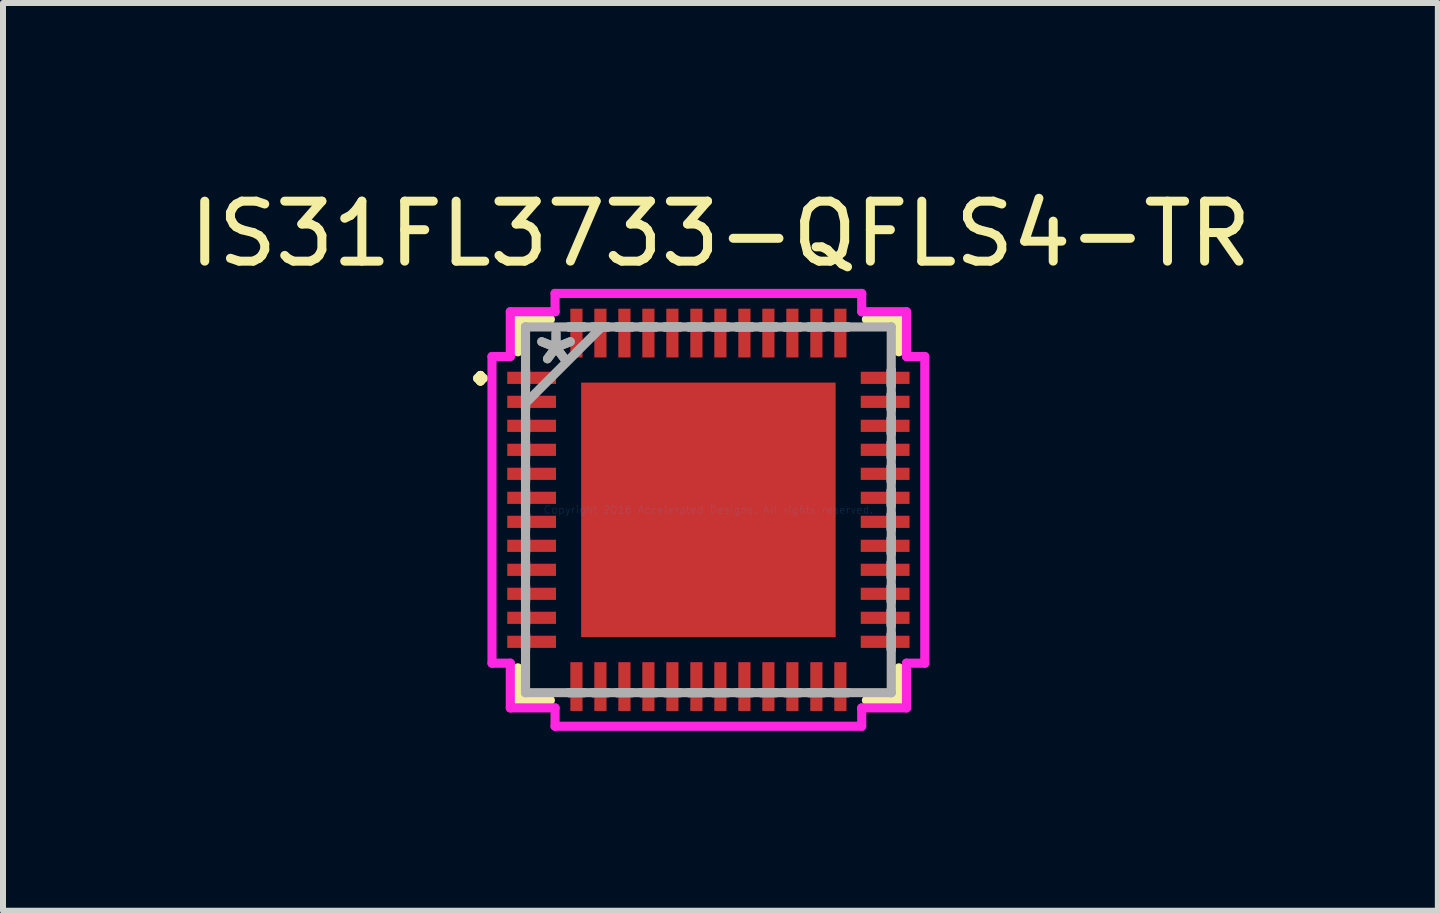
<source format=kicad_pcb>
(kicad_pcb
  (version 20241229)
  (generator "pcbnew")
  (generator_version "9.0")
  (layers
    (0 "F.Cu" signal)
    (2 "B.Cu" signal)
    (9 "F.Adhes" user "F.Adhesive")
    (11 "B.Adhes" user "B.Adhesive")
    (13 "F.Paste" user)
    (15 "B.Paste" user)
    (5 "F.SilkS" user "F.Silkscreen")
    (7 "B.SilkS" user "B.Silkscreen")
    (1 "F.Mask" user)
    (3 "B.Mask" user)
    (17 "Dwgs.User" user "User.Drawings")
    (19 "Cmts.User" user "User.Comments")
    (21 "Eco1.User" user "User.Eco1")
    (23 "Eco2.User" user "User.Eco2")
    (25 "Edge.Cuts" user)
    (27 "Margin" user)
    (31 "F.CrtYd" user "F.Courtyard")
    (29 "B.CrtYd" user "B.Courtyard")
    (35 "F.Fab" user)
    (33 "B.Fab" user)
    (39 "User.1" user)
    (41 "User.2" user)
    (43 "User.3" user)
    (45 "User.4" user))
  (footprint "IS31FL3733-QFLS4-TR"
    (layer "F.Cu")
    (at 8.758 5.448)
    (property "Reference" "IS31FL3733-QFLS4-TR" (at 0.2 -4.6 0) (layer "F.SilkS") (effects (font (size 1 1) (thickness 0.15))))
    (attr through_hole)
    (fp_line (start -3.175 -3.175) (end -3.175 -2.634) (stroke (width 0.152) (type solid)) (layer "F.SilkS"))
    (fp_line (start -3.175 2.634) (end -3.175 3.175) (stroke (width 0.152) (type solid)) (layer "F.SilkS"))
    (fp_line (start -3.175 3.175) (end -2.634 3.175) (stroke (width 0.152) (type solid)) (layer "F.SilkS"))
    (fp_line (start -2.634 -3.175) (end -3.175 -3.175) (stroke (width 0.152) (type solid)) (layer "F.SilkS"))
    (fp_line (start 2.634 3.175) (end 3.175 3.175) (stroke (width 0.152) (type solid)) (layer "F.SilkS"))
    (fp_line (start 3.175 -3.175) (end 2.634 -3.175) (stroke (width 0.152) (type solid)) (layer "F.SilkS"))
    (fp_line (start 3.175 -2.634) (end 3.175 -3.175) (stroke (width 0.152) (type solid)) (layer "F.SilkS"))
    (fp_line (start 3.175 3.175) (end 3.175 2.634) (stroke (width 0.152) (type solid)) (layer "F.SilkS"))
    (fp_line (start -2.021 -2.021) (end -2.021 -0.807) (stroke (width 0.152) (type solid)) (layer "F.Paste"))
    (fp_line (start -2.021 -0.807) (end -0.807 -0.807) (stroke (width 0.152) (type solid)) (layer "F.Paste"))
    (fp_line (start -2.021 -0.607) (end -2.021 0.607) (stroke (width 0.152) (type solid)) (layer "F.Paste"))
    (fp_line (start -2.021 0.607) (end -0.807 0.607) (stroke (width 0.152) (type solid)) (layer "F.Paste"))
    (fp_line (start -2.021 0.807) (end -2.021 2.021) (stroke (width 0.152) (type solid)) (layer "F.Paste"))
    (fp_line (start -2.021 2.021) (end -0.807 2.021) (stroke (width 0.152) (type solid)) (layer "F.Paste"))
    (fp_line (start -0.807 -2.021) (end -2.021 -2.021) (stroke (width 0.152) (type solid)) (layer "F.Paste"))
    (fp_line (start -0.807 -0.807) (end -0.807 -2.021) (stroke (width 0.152) (type solid)) (layer "F.Paste"))
    (fp_line (start -0.807 -0.607) (end -2.021 -0.607) (stroke (width 0.152) (type solid)) (layer "F.Paste"))
    (fp_line (start -0.807 0.607) (end -0.807 -0.607) (stroke (width 0.152) (type solid)) (layer "F.Paste"))
    (fp_line (start -0.807 0.807) (end -2.021 0.807) (stroke (width 0.152) (type solid)) (layer "F.Paste"))
    (fp_line (start -0.807 2.021) (end -0.807 0.807) (stroke (width 0.152) (type solid)) (layer "F.Paste"))
    (fp_line (start -0.607 -2.021) (end -0.607 -0.807) (stroke (width 0.152) (type solid)) (layer "F.Paste"))
    (fp_line (start -0.607 -0.807) (end 0.607 -0.807) (stroke (width 0.152) (type solid)) (layer "F.Paste"))
    (fp_line (start -0.607 -0.607) (end -0.607 0.607) (stroke (width 0.152) (type solid)) (layer "F.Paste"))
    (fp_line (start -0.607 0.607) (end 0.607 0.607) (stroke (width 0.152) (type solid)) (layer "F.Paste"))
    (fp_line (start -0.607 0.807) (end -0.607 2.021) (stroke (width 0.152) (type solid)) (layer "F.Paste"))
    (fp_line (start -0.607 2.021) (end 0.607 2.021) (stroke (width 0.152) (type solid)) (layer "F.Paste"))
    (fp_line (start 0.607 -2.021) (end -0.607 -2.021) (stroke (width 0.152) (type solid)) (layer "F.Paste"))
    (fp_line (start 0.607 -0.807) (end 0.607 -2.021) (stroke (width 0.152) (type solid)) (layer "F.Paste"))
    (fp_line (start 0.607 -0.607) (end -0.607 -0.607) (stroke (width 0.152) (type solid)) (layer "F.Paste"))
    (fp_line (start 0.607 0.607) (end 0.607 -0.607) (stroke (width 0.152) (type solid)) (layer "F.Paste"))
    (fp_line (start 0.607 0.807) (end -0.607 0.807) (stroke (width 0.152) (type solid)) (layer "F.Paste"))
    (fp_line (start 0.607 2.021) (end 0.607 0.807) (stroke (width 0.152) (type solid)) (layer "F.Paste"))
    (fp_line (start 0.807 -2.021) (end 0.807 -0.807) (stroke (width 0.152) (type solid)) (layer "F.Paste"))
    (fp_line (start 0.807 -0.807) (end 2.021 -0.807) (stroke (width 0.152) (type solid)) (layer "F.Paste"))
    (fp_line (start 0.807 -0.607) (end 0.807 0.607) (stroke (width 0.152) (type solid)) (layer "F.Paste"))
    (fp_line (start 0.807 0.607) (end 2.021 0.607) (stroke (width 0.152) (type solid)) (layer "F.Paste"))
    (fp_line (start 0.807 0.807) (end 0.807 2.021) (stroke (width 0.152) (type solid)) (layer "F.Paste"))
    (fp_line (start 0.807 2.021) (end 2.021 2.021) (stroke (width 0.152) (type solid)) (layer "F.Paste"))
    (fp_line (start 2.021 -2.021) (end 0.807 -2.021) (stroke (width 0.152) (type solid)) (layer "F.Paste"))
    (fp_line (start 2.021 -0.807) (end 2.021 -2.021) (stroke (width 0.152) (type solid)) (layer "F.Paste"))
    (fp_line (start 2.021 -0.607) (end 0.807 -0.607) (stroke (width 0.152) (type solid)) (layer "F.Paste"))
    (fp_line (start 2.021 0.607) (end 2.021 -0.607) (stroke (width 0.152) (type solid)) (layer "F.Paste"))
    (fp_line (start 2.021 0.807) (end 0.807 0.807) (stroke (width 0.152) (type solid)) (layer "F.Paste"))
    (fp_line (start 2.021 2.021) (end 2.021 0.807) (stroke (width 0.152) (type solid)) (layer "F.Paste"))
    (fp_line (start -3.607 -2.556) (end -3.302 -2.556) (stroke (width 0.152) (type solid)) (layer "F.CrtYd"))
    (fp_line (start -3.607 2.556) (end -3.607 -2.556) (stroke (width 0.152) (type solid)) (layer "F.CrtYd"))
    (fp_line (start -3.302 -3.302) (end -2.556 -3.302) (stroke (width 0.152) (type solid)) (layer "F.CrtYd"))
    (fp_line (start -3.302 -2.556) (end -3.302 -3.302) (stroke (width 0.152) (type solid)) (layer "F.CrtYd"))
    (fp_line (start -3.302 2.556) (end -3.607 2.556) (stroke (width 0.152) (type solid)) (layer "F.CrtYd"))
    (fp_line (start -3.302 3.302) (end -3.302 2.556) (stroke (width 0.152) (type solid)) (layer "F.CrtYd"))
    (fp_line (start -2.556 -3.607) (end 2.556 -3.607) (stroke (width 0.152) (type solid)) (layer "F.CrtYd"))
    (fp_line (start -2.556 -3.302) (end -2.556 -3.607) (stroke (width 0.152) (type solid)) (layer "F.CrtYd"))
    (fp_line (start -2.556 3.302) (end -3.302 3.302) (stroke (width 0.152) (type solid)) (layer "F.CrtYd"))
    (fp_line (start -2.556 3.607) (end -2.556 3.302) (stroke (width 0.152) (type solid)) (layer "F.CrtYd"))
    (fp_line (start 2.556 -3.607) (end 2.556 -3.302) (stroke (width 0.152) (type solid)) (layer "F.CrtYd"))
    (fp_line (start 2.556 -3.302) (end 3.302 -3.302) (stroke (width 0.152) (type solid)) (layer "F.CrtYd"))
    (fp_line (start 2.556 3.302) (end 2.556 3.607) (stroke (width 0.152) (type solid)) (layer "F.CrtYd"))
    (fp_line (start 2.556 3.607) (end -2.556 3.607) (stroke (width 0.152) (type solid)) (layer "F.CrtYd"))
    (fp_line (start 3.302 -3.302) (end 3.302 -2.556) (stroke (width 0.152) (type solid)) (layer "F.CrtYd"))
    (fp_line (start 3.302 -2.556) (end 3.607 -2.556) (stroke (width 0.152) (type solid)) (layer "F.CrtYd"))
    (fp_line (start 3.302 2.556) (end 3.302 3.302) (stroke (width 0.152) (type solid)) (layer "F.CrtYd"))
    (fp_line (start 3.302 3.302) (end 2.556 3.302) (stroke (width 0.152) (type solid)) (layer "F.CrtYd"))
    (fp_line (start 3.607 -2.556) (end 3.607 2.556) (stroke (width 0.152) (type solid)) (layer "F.CrtYd"))
    (fp_line (start 3.607 2.556) (end 3.302 2.556) (stroke (width 0.152) (type solid)) (layer "F.CrtYd"))
    (fp_line (start -3.048 -3.048) (end -3.048 -3.048) (stroke (width 0.152) (type solid)) (layer "F.Fab"))
    (fp_line (start -3.048 -3.048) (end -3.048 3.048) (stroke (width 0.152) (type solid)) (layer "F.Fab"))
    (fp_line (start -3.048 -2.327) (end -3.048 -2.327) (stroke (width 0.152) (type solid)) (layer "F.Fab"))
    (fp_line (start -3.048 -2.327) (end -3.048 -2.073) (stroke (width 0.152) (type solid)) (layer "F.Fab"))
    (fp_line (start -3.048 -2.073) (end -3.048 -2.327) (stroke (width 0.152) (type solid)) (layer "F.Fab"))
    (fp_line (start -3.048 -2.073) (end -3.048 -2.073) (stroke (width 0.152) (type solid)) (layer "F.Fab"))
    (fp_line (start -3.048 -1.927) (end -3.048 -1.927) (stroke (width 0.152) (type solid)) (layer "F.Fab"))
    (fp_line (start -3.048 -1.927) (end -3.048 -1.673) (stroke (width 0.152) (type solid)) (layer "F.Fab"))
    (fp_line (start -3.048 -1.778) (end -1.778 -3.048) (stroke (width 0.152) (type solid)) (layer "F.Fab"))
    (fp_line (start -3.048 -1.673) (end -3.048 -1.927) (stroke (width 0.152) (type solid)) (layer "F.Fab"))
    (fp_line (start -3.048 -1.673) (end -3.048 -1.673) (stroke (width 0.152) (type solid)) (layer "F.Fab"))
    (fp_line (start -3.048 -1.527) (end -3.048 -1.527) (stroke (width 0.152) (type solid)) (layer "F.Fab"))
    (fp_line (start -3.048 -1.527) (end -3.048 -1.273) (stroke (width 0.152) (type solid)) (layer "F.Fab"))
    (fp_line (start -3.048 -1.273) (end -3.048 -1.527) (stroke (width 0.152) (type solid)) (layer "F.Fab"))
    (fp_line (start -3.048 -1.273) (end -3.048 -1.273) (stroke (width 0.152) (type solid)) (layer "F.Fab"))
    (fp_line (start -3.048 -1.127) (end -3.048 -1.127) (stroke (width 0.152) (type solid)) (layer "F.Fab"))
    (fp_line (start -3.048 -1.127) (end -3.048 -0.873) (stroke (width 0.152) (type solid)) (layer "F.Fab"))
    (fp_line (start -3.048 -0.873) (end -3.048 -1.127) (stroke (width 0.152) (type solid)) (layer "F.Fab"))
    (fp_line (start -3.048 -0.873) (end -3.048 -0.873) (stroke (width 0.152) (type solid)) (layer "F.Fab"))
    (fp_line (start -3.048 -0.727) (end -3.048 -0.727) (stroke (width 0.152) (type solid)) (layer "F.Fab"))
    (fp_line (start -3.048 -0.727) (end -3.048 -0.473) (stroke (width 0.152) (type solid)) (layer "F.Fab"))
    (fp_line (start -3.048 -0.473) (end -3.048 -0.727) (stroke (width 0.152) (type solid)) (layer "F.Fab"))
    (fp_line (start -3.048 -0.473) (end -3.048 -0.473) (stroke (width 0.152) (type solid)) (layer "F.Fab"))
    (fp_line (start -3.048 -0.327) (end -3.048 -0.327) (stroke (width 0.152) (type solid)) (layer "F.Fab"))
    (fp_line (start -3.048 -0.327) (end -3.048 -0.073) (stroke (width 0.152) (type solid)) (layer "F.Fab"))
    (fp_line (start -3.048 -0.073) (end -3.048 -0.327) (stroke (width 0.152) (type solid)) (layer "F.Fab"))
    (fp_line (start -3.048 -0.073) (end -3.048 -0.073) (stroke (width 0.152) (type solid)) (layer "F.Fab"))
    (fp_line (start -3.048 0.073) (end -3.048 0.073) (stroke (width 0.152) (type solid)) (layer "F.Fab"))
    (fp_line (start -3.048 0.073) (end -3.048 0.327) (stroke (width 0.152) (type solid)) (layer "F.Fab"))
    (fp_line (start -3.048 0.327) (end -3.048 0.073) (stroke (width 0.152) (type solid)) (layer "F.Fab"))
    (fp_line (start -3.048 0.327) (end -3.048 0.327) (stroke (width 0.152) (type solid)) (layer "F.Fab"))
    (fp_line (start -3.048 0.473) (end -3.048 0.473) (stroke (width 0.152) (type solid)) (layer "F.Fab"))
    (fp_line (start -3.048 0.473) (end -3.048 0.727) (stroke (width 0.152) (type solid)) (layer "F.Fab"))
    (fp_line (start -3.048 0.727) (end -3.048 0.473) (stroke (width 0.152) (type solid)) (layer "F.Fab"))
    (fp_line (start -3.048 0.727) (end -3.048 0.727) (stroke (width 0.152) (type solid)) (layer "F.Fab"))
    (fp_line (start -3.048 0.873) (end -3.048 0.873) (stroke (width 0.152) (type solid)) (layer "F.Fab"))
    (fp_line (start -3.048 0.873) (end -3.048 1.127) (stroke (width 0.152) (type solid)) (layer "F.Fab"))
    (fp_line (start -3.048 1.127) (end -3.048 0.873) (stroke (width 0.152) (type solid)) (layer "F.Fab"))
    (fp_line (start -3.048 1.127) (end -3.048 1.127) (stroke (width 0.152) (type solid)) (layer "F.Fab"))
    (fp_line (start -3.048 1.273) (end -3.048 1.273) (stroke (width 0.152) (type solid)) (layer "F.Fab"))
    (fp_line (start -3.048 1.273) (end -3.048 1.527) (stroke (width 0.152) (type solid)) (layer "F.Fab"))
    (fp_line (start -3.048 1.527) (end -3.048 1.273) (stroke (width 0.152) (type solid)) (layer "F.Fab"))
    (fp_line (start -3.048 1.527) (end -3.048 1.527) (stroke (width 0.152) (type solid)) (layer "F.Fab"))
    (fp_line (start -3.048 1.673) (end -3.048 1.673) (stroke (width 0.152) (type solid)) (layer "F.Fab"))
    (fp_line (start -3.048 1.673) (end -3.048 1.927) (stroke (width 0.152) (type solid)) (layer "F.Fab"))
    (fp_line (start -3.048 1.927) (end -3.048 1.673) (stroke (width 0.152) (type solid)) (layer "F.Fab"))
    (fp_line (start -3.048 1.927) (end -3.048 1.927) (stroke (width 0.152) (type solid)) (layer "F.Fab"))
    (fp_line (start -3.048 2.073) (end -3.048 2.073) (stroke (width 0.152) (type solid)) (layer "F.Fab"))
    (fp_line (start -3.048 2.073) (end -3.048 2.327) (stroke (width 0.152) (type solid)) (layer "F.Fab"))
    (fp_line (start -3.048 2.327) (end -3.048 2.073) (stroke (width 0.152) (type solid)) (layer "F.Fab"))
    (fp_line (start -3.048 2.327) (end -3.048 2.327) (stroke (width 0.152) (type solid)) (layer "F.Fab"))
    (fp_line (start -3.048 3.048) (end -3.048 3.048) (stroke (width 0.152) (type solid)) (layer "F.Fab"))
    (fp_line (start -3.048 3.048) (end 3.048 3.048) (stroke (width 0.152) (type solid)) (layer "F.Fab"))
    (fp_line (start -2.327 -3.048) (end -2.327 -3.048) (stroke (width 0.152) (type solid)) (layer "F.Fab"))
    (fp_line (start -2.327 -3.048) (end -2.073 -3.048) (stroke (width 0.152) (type solid)) (layer "F.Fab"))
    (fp_line (start -2.327 3.048) (end -2.327 3.048) (stroke (width 0.152) (type solid)) (layer "F.Fab"))
    (fp_line (start -2.327 3.048) (end -2.073 3.048) (stroke (width 0.152) (type solid)) (layer "F.Fab"))
    (fp_line (start -2.073 -3.048) (end -2.327 -3.048) (stroke (width 0.152) (type solid)) (layer "F.Fab"))
    (fp_line (start -2.073 -3.048) (end -2.073 -3.048) (stroke (width 0.152) (type solid)) (layer "F.Fab"))
    (fp_line (start -2.073 3.048) (end -2.327 3.048) (stroke (width 0.152) (type solid)) (layer "F.Fab"))
    (fp_line (start -2.073 3.048) (end -2.073 3.048) (stroke (width 0.152) (type solid)) (layer "F.Fab"))
    (fp_line (start -1.927 -3.048) (end -1.927 -3.048) (stroke (width 0.152) (type solid)) (layer "F.Fab"))
    (fp_line (start -1.927 -3.048) (end -1.673 -3.048) (stroke (width 0.152) (type solid)) (layer "F.Fab"))
    (fp_line (start -1.927 3.048) (end -1.927 3.048) (stroke (width 0.152) (type solid)) (layer "F.Fab"))
    (fp_line (start -1.927 3.048) (end -1.673 3.048) (stroke (width 0.152) (type solid)) (layer "F.Fab"))
    (fp_line (start -1.673 -3.048) (end -1.927 -3.048) (stroke (width 0.152) (type solid)) (layer "F.Fab"))
    (fp_line (start -1.673 -3.048) (end -1.673 -3.048) (stroke (width 0.152) (type solid)) (layer "F.Fab"))
    (fp_line (start -1.673 3.048) (end -1.927 3.048) (stroke (width 0.152) (type solid)) (layer "F.Fab"))
    (fp_line (start -1.673 3.048) (end -1.673 3.048) (stroke (width 0.152) (type solid)) (layer "F.Fab"))
    (fp_line (start -1.527 -3.048) (end -1.527 -3.048) (stroke (width 0.152) (type solid)) (layer "F.Fab"))
    (fp_line (start -1.527 -3.048) (end -1.273 -3.048) (stroke (width 0.152) (type solid)) (layer "F.Fab"))
    (fp_line (start -1.527 3.048) (end -1.527 3.048) (stroke (width 0.152) (type solid)) (layer "F.Fab"))
    (fp_line (start -1.527 3.048) (end -1.273 3.048) (stroke (width 0.152) (type solid)) (layer "F.Fab"))
    (fp_line (start -1.273 -3.048) (end -1.527 -3.048) (stroke (width 0.152) (type solid)) (layer "F.Fab"))
    (fp_line (start -1.273 -3.048) (end -1.273 -3.048) (stroke (width 0.152) (type solid)) (layer "F.Fab"))
    (fp_line (start -1.273 3.048) (end -1.527 3.048) (stroke (width 0.152) (type solid)) (layer "F.Fab"))
    (fp_line (start -1.273 3.048) (end -1.273 3.048) (stroke (width 0.152) (type solid)) (layer "F.Fab"))
    (fp_line (start -1.127 -3.048) (end -1.127 -3.048) (stroke (width 0.152) (type solid)) (layer "F.Fab"))
    (fp_line (start -1.127 -3.048) (end -0.873 -3.048) (stroke (width 0.152) (type solid)) (layer "F.Fab"))
    (fp_line (start -1.127 3.048) (end -1.127 3.048) (stroke (width 0.152) (type solid)) (layer "F.Fab"))
    (fp_line (start -1.127 3.048) (end -0.873 3.048) (stroke (width 0.152) (type solid)) (layer "F.Fab"))
    (fp_line (start -0.873 -3.048) (end -1.127 -3.048) (stroke (width 0.152) (type solid)) (layer "F.Fab"))
    (fp_line (start -0.873 -3.048) (end -0.873 -3.048) (stroke (width 0.152) (type solid)) (layer "F.Fab"))
    (fp_line (start -0.873 3.048) (end -1.127 3.048) (stroke (width 0.152) (type solid)) (layer "F.Fab"))
    (fp_line (start -0.873 3.048) (end -0.873 3.048) (stroke (width 0.152) (type solid)) (layer "F.Fab"))
    (fp_line (start -0.727 -3.048) (end -0.727 -3.048) (stroke (width 0.152) (type solid)) (layer "F.Fab"))
    (fp_line (start -0.727 -3.048) (end -0.473 -3.048) (stroke (width 0.152) (type solid)) (layer "F.Fab"))
    (fp_line (start -0.727 3.048) (end -0.727 3.048) (stroke (width 0.152) (type solid)) (layer "F.Fab"))
    (fp_line (start -0.727 3.048) (end -0.473 3.048) (stroke (width 0.152) (type solid)) (layer "F.Fab"))
    (fp_line (start -0.473 -3.048) (end -0.727 -3.048) (stroke (width 0.152) (type solid)) (layer "F.Fab"))
    (fp_line (start -0.473 -3.048) (end -0.473 -3.048) (stroke (width 0.152) (type solid)) (layer "F.Fab"))
    (fp_line (start -0.473 3.048) (end -0.727 3.048) (stroke (width 0.152) (type solid)) (layer "F.Fab"))
    (fp_line (start -0.473 3.048) (end -0.473 3.048) (stroke (width 0.152) (type solid)) (layer "F.Fab"))
    (fp_line (start -0.327 -3.048) (end -0.327 -3.048) (stroke (width 0.152) (type solid)) (layer "F.Fab"))
    (fp_line (start -0.327 -3.048) (end -0.073 -3.048) (stroke (width 0.152) (type solid)) (layer "F.Fab"))
    (fp_line (start -0.327 3.048) (end -0.327 3.048) (stroke (width 0.152) (type solid)) (layer "F.Fab"))
    (fp_line (start -0.327 3.048) (end -0.073 3.048) (stroke (width 0.152) (type solid)) (layer "F.Fab"))
    (fp_line (start -0.073 -3.048) (end -0.327 -3.048) (stroke (width 0.152) (type solid)) (layer "F.Fab"))
    (fp_line (start -0.073 -3.048) (end -0.073 -3.048) (stroke (width 0.152) (type solid)) (layer "F.Fab"))
    (fp_line (start -0.073 3.048) (end -0.327 3.048) (stroke (width 0.152) (type solid)) (layer "F.Fab"))
    (fp_line (start -0.073 3.048) (end -0.073 3.048) (stroke (width 0.152) (type solid)) (layer "F.Fab"))
    (fp_line (start 0.073 -3.048) (end 0.073 -3.048) (stroke (width 0.152) (type solid)) (layer "F.Fab"))
    (fp_line (start 0.073 -3.048) (end 0.327 -3.048) (stroke (width 0.152) (type solid)) (layer "F.Fab"))
    (fp_line (start 0.073 3.048) (end 0.073 3.048) (stroke (width 0.152) (type solid)) (layer "F.Fab"))
    (fp_line (start 0.073 3.048) (end 0.327 3.048) (stroke (width 0.152) (type solid)) (layer "F.Fab"))
    (fp_line (start 0.327 -3.048) (end 0.073 -3.048) (stroke (width 0.152) (type solid)) (layer "F.Fab"))
    (fp_line (start 0.327 -3.048) (end 0.327 -3.048) (stroke (width 0.152) (type solid)) (layer "F.Fab"))
    (fp_line (start 0.327 3.048) (end 0.073 3.048) (stroke (width 0.152) (type solid)) (layer "F.Fab"))
    (fp_line (start 0.327 3.048) (end 0.327 3.048) (stroke (width 0.152) (type solid)) (layer "F.Fab"))
    (fp_line (start 0.473 -3.048) (end 0.473 -3.048) (stroke (width 0.152) (type solid)) (layer "F.Fab"))
    (fp_line (start 0.473 -3.048) (end 0.727 -3.048) (stroke (width 0.152) (type solid)) (layer "F.Fab"))
    (fp_line (start 0.473 3.048) (end 0.473 3.048) (stroke (width 0.152) (type solid)) (layer "F.Fab"))
    (fp_line (start 0.473 3.048) (end 0.727 3.048) (stroke (width 0.152) (type solid)) (layer "F.Fab"))
    (fp_line (start 0.727 -3.048) (end 0.473 -3.048) (stroke (width 0.152) (type solid)) (layer "F.Fab"))
    (fp_line (start 0.727 -3.048) (end 0.727 -3.048) (stroke (width 0.152) (type solid)) (layer "F.Fab"))
    (fp_line (start 0.727 3.048) (end 0.473 3.048) (stroke (width 0.152) (type solid)) (layer "F.Fab"))
    (fp_line (start 0.727 3.048) (end 0.727 3.048) (stroke (width 0.152) (type solid)) (layer "F.Fab"))
    (fp_line (start 0.873 -3.048) (end 0.873 -3.048) (stroke (width 0.152) (type solid)) (layer "F.Fab"))
    (fp_line (start 0.873 -3.048) (end 1.127 -3.048) (stroke (width 0.152) (type solid)) (layer "F.Fab"))
    (fp_line (start 0.873 3.048) (end 0.873 3.048) (stroke (width 0.152) (type solid)) (layer "F.Fab"))
    (fp_line (start 0.873 3.048) (end 1.127 3.048) (stroke (width 0.152) (type solid)) (layer "F.Fab"))
    (fp_line (start 1.127 -3.048) (end 0.873 -3.048) (stroke (width 0.152) (type solid)) (layer "F.Fab"))
    (fp_line (start 1.127 -3.048) (end 1.127 -3.048) (stroke (width 0.152) (type solid)) (layer "F.Fab"))
    (fp_line (start 1.127 3.048) (end 0.873 3.048) (stroke (width 0.152) (type solid)) (layer "F.Fab"))
    (fp_line (start 1.127 3.048) (end 1.127 3.048) (stroke (width 0.152) (type solid)) (layer "F.Fab"))
    (fp_line (start 1.273 -3.048) (end 1.273 -3.048) (stroke (width 0.152) (type solid)) (layer "F.Fab"))
    (fp_line (start 1.273 -3.048) (end 1.527 -3.048) (stroke (width 0.152) (type solid)) (layer "F.Fab"))
    (fp_line (start 1.273 3.048) (end 1.273 3.048) (stroke (width 0.152) (type solid)) (layer "F.Fab"))
    (fp_line (start 1.273 3.048) (end 1.527 3.048) (stroke (width 0.152) (type solid)) (layer "F.Fab"))
    (fp_line (start 1.527 -3.048) (end 1.273 -3.048) (stroke (width 0.152) (type solid)) (layer "F.Fab"))
    (fp_line (start 1.527 -3.048) (end 1.527 -3.048) (stroke (width 0.152) (type solid)) (layer "F.Fab"))
    (fp_line (start 1.527 3.048) (end 1.273 3.048) (stroke (width 0.152) (type solid)) (layer "F.Fab"))
    (fp_line (start 1.527 3.048) (end 1.527 3.048) (stroke (width 0.152) (type solid)) (layer "F.Fab"))
    (fp_line (start 1.673 -3.048) (end 1.673 -3.048) (stroke (width 0.152) (type solid)) (layer "F.Fab"))
    (fp_line (start 1.673 -3.048) (end 1.927 -3.048) (stroke (width 0.152) (type solid)) (layer "F.Fab"))
    (fp_line (start 1.673 3.048) (end 1.673 3.048) (stroke (width 0.152) (type solid)) (layer "F.Fab"))
    (fp_line (start 1.673 3.048) (end 1.927 3.048) (stroke (width 0.152) (type solid)) (layer "F.Fab"))
    (fp_line (start 1.927 -3.048) (end 1.673 -3.048) (stroke (width 0.152) (type solid)) (layer "F.Fab"))
    (fp_line (start 1.927 -3.048) (end 1.927 -3.048) (stroke (width 0.152) (type solid)) (layer "F.Fab"))
    (fp_line (start 1.927 3.048) (end 1.673 3.048) (stroke (width 0.152) (type solid)) (layer "F.Fab"))
    (fp_line (start 1.927 3.048) (end 1.927 3.048) (stroke (width 0.152) (type solid)) (layer "F.Fab"))
    (fp_line (start 2.073 -3.048) (end 2.073 -3.048) (stroke (width 0.152) (type solid)) (layer "F.Fab"))
    (fp_line (start 2.073 -3.048) (end 2.327 -3.048) (stroke (width 0.152) (type solid)) (layer "F.Fab"))
    (fp_line (start 2.073 3.048) (end 2.073 3.048) (stroke (width 0.152) (type solid)) (layer "F.Fab"))
    (fp_line (start 2.073 3.048) (end 2.327 3.048) (stroke (width 0.152) (type solid)) (layer "F.Fab"))
    (fp_line (start 2.327 -3.048) (end 2.073 -3.048) (stroke (width 0.152) (type solid)) (layer "F.Fab"))
    (fp_line (start 2.327 -3.048) (end 2.327 -3.048) (stroke (width 0.152) (type solid)) (layer "F.Fab"))
    (fp_line (start 2.327 3.048) (end 2.073 3.048) (stroke (width 0.152) (type solid)) (layer "F.Fab"))
    (fp_line (start 2.327 3.048) (end 2.327 3.048) (stroke (width 0.152) (type solid)) (layer "F.Fab"))
    (fp_line (start 3.048 -3.048) (end -3.048 -3.048) (stroke (width 0.152) (type solid)) (layer "F.Fab"))
    (fp_line (start 3.048 -3.048) (end 3.048 -3.048) (stroke (width 0.152) (type solid)) (layer "F.Fab"))
    (fp_line (start 3.048 -2.327) (end 3.048 -2.327) (stroke (width 0.152) (type solid)) (layer "F.Fab"))
    (fp_line (start 3.048 -2.327) (end 3.048 -2.073) (stroke (width 0.152) (type solid)) (layer "F.Fab"))
    (fp_line (start 3.048 -2.073) (end 3.048 -2.327) (stroke (width 0.152) (type solid)) (layer "F.Fab"))
    (fp_line (start 3.048 -2.073) (end 3.048 -2.073) (stroke (width 0.152) (type solid)) (layer "F.Fab"))
    (fp_line (start 3.048 -1.927) (end 3.048 -1.927) (stroke (width 0.152) (type solid)) (layer "F.Fab"))
    (fp_line (start 3.048 -1.927) (end 3.048 -1.673) (stroke (width 0.152) (type solid)) (layer "F.Fab"))
    (fp_line (start 3.048 -1.673) (end 3.048 -1.927) (stroke (width 0.152) (type solid)) (layer "F.Fab"))
    (fp_line (start 3.048 -1.673) (end 3.048 -1.673) (stroke (width 0.152) (type solid)) (layer "F.Fab"))
    (fp_line (start 3.048 -1.527) (end 3.048 -1.527) (stroke (width 0.152) (type solid)) (layer "F.Fab"))
    (fp_line (start 3.048 -1.527) (end 3.048 -1.273) (stroke (width 0.152) (type solid)) (layer "F.Fab"))
    (fp_line (start 3.048 -1.273) (end 3.048 -1.527) (stroke (width 0.152) (type solid)) (layer "F.Fab"))
    (fp_line (start 3.048 -1.273) (end 3.048 -1.273) (stroke (width 0.152) (type solid)) (layer "F.Fab"))
    (fp_line (start 3.048 -1.127) (end 3.048 -1.127) (stroke (width 0.152) (type solid)) (layer "F.Fab"))
    (fp_line (start 3.048 -1.127) (end 3.048 -0.873) (stroke (width 0.152) (type solid)) (layer "F.Fab"))
    (fp_line (start 3.048 -0.873) (end 3.048 -1.127) (stroke (width 0.152) (type solid)) (layer "F.Fab"))
    (fp_line (start 3.048 -0.873) (end 3.048 -0.873) (stroke (width 0.152) (type solid)) (layer "F.Fab"))
    (fp_line (start 3.048 -0.727) (end 3.048 -0.727) (stroke (width 0.152) (type solid)) (layer "F.Fab"))
    (fp_line (start 3.048 -0.727) (end 3.048 -0.473) (stroke (width 0.152) (type solid)) (layer "F.Fab"))
    (fp_line (start 3.048 -0.473) (end 3.048 -0.727) (stroke (width 0.152) (type solid)) (layer "F.Fab"))
    (fp_line (start 3.048 -0.473) (end 3.048 -0.473) (stroke (width 0.152) (type solid)) (layer "F.Fab"))
    (fp_line (start 3.048 -0.327) (end 3.048 -0.327) (stroke (width 0.152) (type solid)) (layer "F.Fab"))
    (fp_line (start 3.048 -0.327) (end 3.048 -0.073) (stroke (width 0.152) (type solid)) (layer "F.Fab"))
    (fp_line (start 3.048 -0.073) (end 3.048 -0.327) (stroke (width 0.152) (type solid)) (layer "F.Fab"))
    (fp_line (start 3.048 -0.073) (end 3.048 -0.073) (stroke (width 0.152) (type solid)) (layer "F.Fab"))
    (fp_line (start 3.048 0.073) (end 3.048 0.073) (stroke (width 0.152) (type solid)) (layer "F.Fab"))
    (fp_line (start 3.048 0.073) (end 3.048 0.327) (stroke (width 0.152) (type solid)) (layer "F.Fab"))
    (fp_line (start 3.048 0.327) (end 3.048 0.073) (stroke (width 0.152) (type solid)) (layer "F.Fab"))
    (fp_line (start 3.048 0.327) (end 3.048 0.327) (stroke (width 0.152) (type solid)) (layer "F.Fab"))
    (fp_line (start 3.048 0.473) (end 3.048 0.473) (stroke (width 0.152) (type solid)) (layer "F.Fab"))
    (fp_line (start 3.048 0.473) (end 3.048 0.727) (stroke (width 0.152) (type solid)) (layer "F.Fab"))
    (fp_line (start 3.048 0.727) (end 3.048 0.473) (stroke (width 0.152) (type solid)) (layer "F.Fab"))
    (fp_line (start 3.048 0.727) (end 3.048 0.727) (stroke (width 0.152) (type solid)) (layer "F.Fab"))
    (fp_line (start 3.048 0.873) (end 3.048 0.873) (stroke (width 0.152) (type solid)) (layer "F.Fab"))
    (fp_line (start 3.048 0.873) (end 3.048 1.127) (stroke (width 0.152) (type solid)) (layer "F.Fab"))
    (fp_line (start 3.048 1.127) (end 3.048 0.873) (stroke (width 0.152) (type solid)) (layer "F.Fab"))
    (fp_line (start 3.048 1.127) (end 3.048 1.127) (stroke (width 0.152) (type solid)) (layer "F.Fab"))
    (fp_line (start 3.048 1.273) (end 3.048 1.273) (stroke (width 0.152) (type solid)) (layer "F.Fab"))
    (fp_line (start 3.048 1.273) (end 3.048 1.527) (stroke (width 0.152) (type solid)) (layer "F.Fab"))
    (fp_line (start 3.048 1.527) (end 3.048 1.273) (stroke (width 0.152) (type solid)) (layer "F.Fab"))
    (fp_line (start 3.048 1.527) (end 3.048 1.527) (stroke (width 0.152) (type solid)) (layer "F.Fab"))
    (fp_line (start 3.048 1.673) (end 3.048 1.673) (stroke (width 0.152) (type solid)) (layer "F.Fab"))
    (fp_line (start 3.048 1.673) (end 3.048 1.927) (stroke (width 0.152) (type solid)) (layer "F.Fab"))
    (fp_line (start 3.048 1.927) (end 3.048 1.673) (stroke (width 0.152) (type solid)) (layer "F.Fab"))
    (fp_line (start 3.048 1.927) (end 3.048 1.927) (stroke (width 0.152) (type solid)) (layer "F.Fab"))
    (fp_line (start 3.048 2.073) (end 3.048 2.073) (stroke (width 0.152) (type solid)) (layer "F.Fab"))
    (fp_line (start 3.048 2.073) (end 3.048 2.327) (stroke (width 0.152) (type solid)) (layer "F.Fab"))
    (fp_line (start 3.048 2.327) (end 3.048 2.073) (stroke (width 0.152) (type solid)) (layer "F.Fab"))
    (fp_line (start 3.048 2.327) (end 3.048 2.327) (stroke (width 0.152) (type solid)) (layer "F.Fab"))
    (fp_line (start 3.048 3.048) (end 3.048 -3.048) (stroke (width 0.152) (type solid)) (layer "F.Fab"))
    (fp_line (start 3.048 3.048) (end 3.048 3.048) (stroke (width 0.152) (type solid)) (layer "F.Fab"))
    (fp_text user "." (at -3.8 -2.6 0) (layer "F.SilkS") (effects (font (size 1 1) (thickness 0.15))))
    (fp_text user "Copyright 2016 Accelerated Designs. All rights reserved." (at 0 0 0) (layer "Cmts.User") (effects (font (size 0.127 0.127) (thickness 0.002))))
    (fp_text user "*" (at -2.54 -2.4 0) (layer "F.Fab") (effects (font (size 1 1) (thickness 0.15))))
    (fp_text user "*" (at -2.54 -2.4 0) (layer "F.Fab") (effects (font (size 1 1) (thickness 0.15))))
    (pad "1" smd rect (at -2.946 -2.2 90) (size 0.203 0.813) (layers "F.Cu" "F.Mask" "F.Paste"))
    (pad "2" smd rect (at -2.946 -1.8 90) (size 0.203 0.813) (layers "F.Cu" "F.Mask" "F.Paste"))
    (pad "3" smd rect (at -2.946 -1.4 90) (size 0.203 0.813) (layers "F.Cu" "F.Mask" "F.Paste"))
    (pad "4" smd rect (at -2.946 -1 90) (size 0.203 0.813) (layers "F.Cu" "F.Mask" "F.Paste"))
    (pad "5" smd rect (at -2.946 -0.6 90) (size 0.203 0.813) (layers "F.Cu" "F.Mask" "F.Paste"))
    (pad "6" smd rect (at -2.946 -0.2 90) (size 0.203 0.813) (layers "F.Cu" "F.Mask" "F.Paste"))
    (pad "7" smd rect (at -2.946 0.2 90) (size 0.203 0.813) (layers "F.Cu" "F.Mask" "F.Paste"))
    (pad "8" smd rect (at -2.946 0.6 90) (size 0.203 0.813) (layers "F.Cu" "F.Mask" "F.Paste"))
    (pad "9" smd rect (at -2.946 1 90) (size 0.203 0.813) (layers "F.Cu" "F.Mask" "F.Paste"))
    (pad "10" smd rect (at -2.946 1.4 90) (size 0.203 0.813) (layers "F.Cu" "F.Mask" "F.Paste"))
    (pad "11" smd rect (at -2.946 1.8 90) (size 0.203 0.813) (layers "F.Cu" "F.Mask" "F.Paste"))
    (pad "12" smd rect (at -2.946 2.2 90) (size 0.203 0.813) (layers "F.Cu" "F.Mask" "F.Paste"))
    (pad "13" smd rect (at -2.2 2.946) (size 0.203 0.813) (layers "F.Cu" "F.Mask" "F.Paste"))
    (pad "14" smd rect (at -1.8 2.946) (size 0.203 0.813) (layers "F.Cu" "F.Mask" "F.Paste"))
    (pad "15" smd rect (at -1.4 2.946) (size 0.203 0.813) (layers "F.Cu" "F.Mask" "F.Paste"))
    (pad "16" smd rect (at -1 2.946) (size 0.203 0.813) (layers "F.Cu" "F.Mask" "F.Paste"))
    (pad "17" smd rect (at -0.6 2.946) (size 0.203 0.813) (layers "F.Cu" "F.Mask" "F.Paste"))
    (pad "18" smd rect (at -0.2 2.946) (size 0.203 0.813) (layers "F.Cu" "F.Mask" "F.Paste"))
    (pad "19" smd rect (at 0.2 2.946) (size 0.203 0.813) (layers "F.Cu" "F.Mask" "F.Paste"))
    (pad "20" smd rect (at 0.6 2.946) (size 0.203 0.813) (layers "F.Cu" "F.Mask" "F.Paste"))
    (pad "21" smd rect (at 1 2.946) (size 0.203 0.813) (layers "F.Cu" "F.Mask" "F.Paste"))
    (pad "22" smd rect (at 1.4 2.946) (size 0.203 0.813) (layers "F.Cu" "F.Mask" "F.Paste"))
    (pad "23" smd rect (at 1.8 2.946) (size 0.203 0.813) (layers "F.Cu" "F.Mask" "F.Paste"))
    (pad "24" smd rect (at 2.2 2.946) (size 0.203 0.813) (layers "F.Cu" "F.Mask" "F.Paste"))
    (pad "25" smd rect (at 2.946 2.2 90) (size 0.203 0.813) (layers "F.Cu" "F.Mask" "F.Paste"))
    (pad "26" smd rect (at 2.946 1.8 90) (size 0.203 0.813) (layers "F.Cu" "F.Mask" "F.Paste"))
    (pad "27" smd rect (at 2.946 1.4 90) (size 0.203 0.813) (layers "F.Cu" "F.Mask" "F.Paste"))
    (pad "28" smd rect (at 2.946 1 90) (size 0.203 0.813) (layers "F.Cu" "F.Mask" "F.Paste"))
    (pad "29" smd rect (at 2.946 0.6 90) (size 0.203 0.813) (layers "F.Cu" "F.Mask" "F.Paste"))
    (pad "30" smd rect (at 2.946 0.2 90) (size 0.203 0.813) (layers "F.Cu" "F.Mask" "F.Paste"))
    (pad "31" smd rect (at 2.946 -0.2 90) (size 0.203 0.813) (layers "F.Cu" "F.Mask" "F.Paste"))
    (pad "32" smd rect (at 2.946 -0.6 90) (size 0.203 0.813) (layers "F.Cu" "F.Mask" "F.Paste"))
    (pad "33" smd rect (at 2.946 -1 90) (size 0.203 0.813) (layers "F.Cu" "F.Mask" "F.Paste"))
    (pad "34" smd rect (at 2.946 -1.4 90) (size 0.203 0.813) (layers "F.Cu" "F.Mask" "F.Paste"))
    (pad "35" smd rect (at 2.946 -1.8 90) (size 0.203 0.813) (layers "F.Cu" "F.Mask" "F.Paste"))
    (pad "36" smd rect (at 2.946 -2.2 90) (size 0.203 0.813) (layers "F.Cu" "F.Mask" "F.Paste"))
    (pad "37" smd rect (at 2.2 -2.946) (size 0.203 0.813) (layers "F.Cu" "F.Mask" "F.Paste"))
    (pad "38" smd rect (at 1.8 -2.946) (size 0.203 0.813) (layers "F.Cu" "F.Mask" "F.Paste"))
    (pad "39" smd rect (at 1.4 -2.946) (size 0.203 0.813) (layers "F.Cu" "F.Mask" "F.Paste"))
    (pad "40" smd rect (at 1 -2.946) (size 0.203 0.813) (layers "F.Cu" "F.Mask" "F.Paste"))
    (pad "41" smd rect (at 0.6 -2.946) (size 0.203 0.813) (layers "F.Cu" "F.Mask" "F.Paste"))
    (pad "42" smd rect (at 0.2 -2.946) (size 0.203 0.813) (layers "F.Cu" "F.Mask" "F.Paste"))
    (pad "43" smd rect (at -0.2 -2.946) (size 0.203 0.813) (layers "F.Cu" "F.Mask" "F.Paste"))
    (pad "44" smd rect (at -0.6 -2.946) (size 0.203 0.813) (layers "F.Cu" "F.Mask" "F.Paste"))
    (pad "45" smd rect (at -1 -2.946) (size 0.203 0.813) (layers "F.Cu" "F.Mask" "F.Paste"))
    (pad "46" smd rect (at -1.4 -2.946) (size 0.203 0.813) (layers "F.Cu" "F.Mask" "F.Paste"))
    (pad "47" smd rect (at -1.8 -2.946) (size 0.203 0.813) (layers "F.Cu" "F.Mask" "F.Paste"))
    (pad "48" smd rect (at -2.2 -2.946) (size 0.203 0.813) (layers "F.Cu" "F.Mask" "F.Paste"))
    (pad "49" smd rect (at 0 0) (size 4.242 4.242) (layers "F.Cu" "F.Mask" "F.Paste")))
  (gr_rect
    (start -3 -3)
    (end 20.917 12.131)
    (stroke (width 0.1) (type default))
    (fill no)
    (layer "Edge.Cuts")))
</source>
